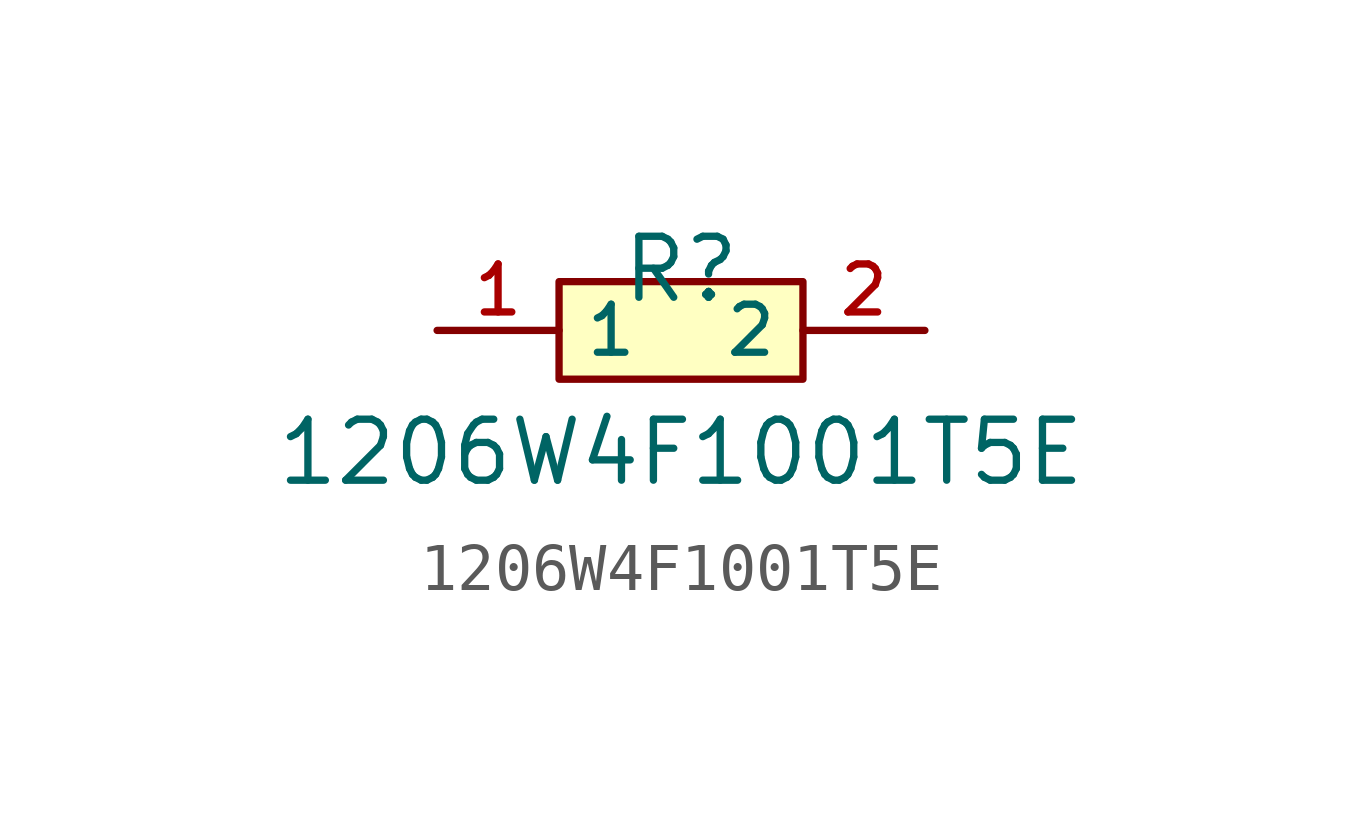
<source format=kicad_sym>
(kicad_symbol_lib
  (version 20210201)
  (generator TousstNicolas/JLC2KiCad_lib)
  (symbol "1206W4F1001T5E"
    (property "Reference" "R"
      (at 0 1.27 0)
      (effects (font (size 1.27 1.27))))
    (property "Value" "1206W4F1001T5E"
      (at 0 -2.54 0)
      (effects (font (size 1.27 1.27))))
    (symbol "1206W4F1001T5E_0_1"
      (pin input line (at 5.08 -0.0 180) (length 2.54) (name "2" (effects (font (size 1 1)))) (number "2" (effects (font (size 1 1)))))
      (pin input line (at -5.08 -0.0 0) (length 2.54) (name "1" (effects (font (size 1 1)))) (number "1" (effects (font (size 1 1)))))
      (rectangle (start -2.54 1.016) (end 2.54 -1.016) (stroke (width 0) (type default) (color 0 0 0 0)) (fill (type background))))))
</source>
